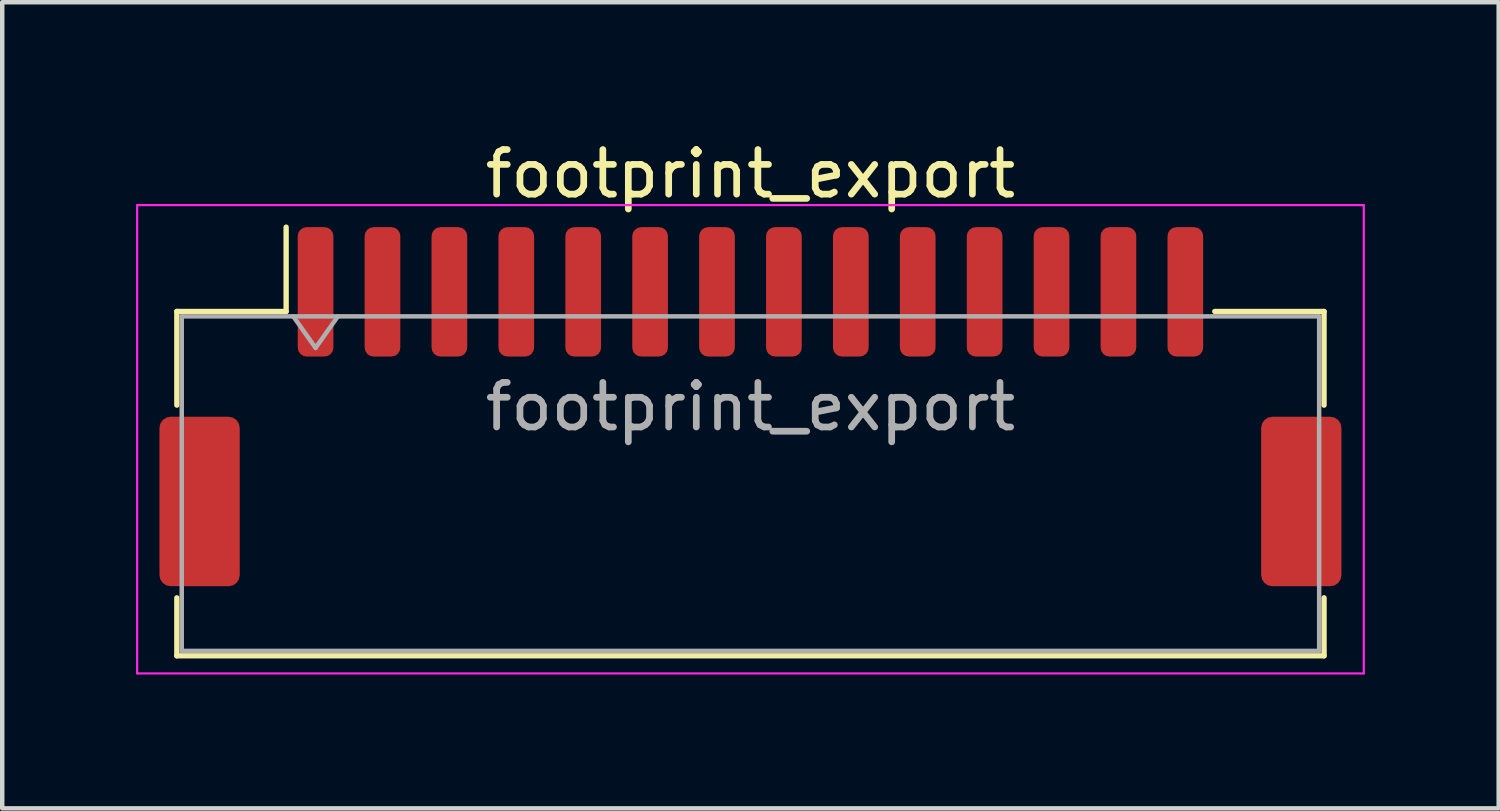
<source format=kicad_pcb>
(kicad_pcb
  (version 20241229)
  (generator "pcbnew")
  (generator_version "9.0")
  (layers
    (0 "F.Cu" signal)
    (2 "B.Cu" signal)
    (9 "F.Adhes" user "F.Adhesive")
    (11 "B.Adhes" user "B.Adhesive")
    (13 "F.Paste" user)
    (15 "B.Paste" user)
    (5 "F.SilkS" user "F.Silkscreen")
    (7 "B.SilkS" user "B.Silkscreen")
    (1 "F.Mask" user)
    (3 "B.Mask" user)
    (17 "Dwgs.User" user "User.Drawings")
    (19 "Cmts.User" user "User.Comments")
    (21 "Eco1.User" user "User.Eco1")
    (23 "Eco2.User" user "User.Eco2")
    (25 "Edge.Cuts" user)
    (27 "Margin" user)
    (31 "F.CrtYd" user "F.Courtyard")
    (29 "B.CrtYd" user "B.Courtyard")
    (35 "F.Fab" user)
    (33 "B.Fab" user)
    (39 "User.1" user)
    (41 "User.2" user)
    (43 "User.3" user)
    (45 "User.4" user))
  (footprint "footprint_export"
    (layer "F.Cu")
    (at 13.775 6.068)
    (property "Reference" "footprint_export" (at 0 -5.22 0) (layer "F.SilkS") (effects (font (size 1 1) (thickness 0.15))))
    (attr smd)
    (fp_line (start -12.86 -2.135) (end -10.41 -2.135) (stroke (width 0.12) (type solid)) (layer "F.SilkS"))
    (fp_line (start -12.86 -0.035) (end -12.86 -2.135) (stroke (width 0.12) (type solid)) (layer "F.SilkS"))
    (fp_line (start -12.86 4.285) (end -12.86 5.585) (stroke (width 0.12) (type solid)) (layer "F.SilkS"))
    (fp_line (start -12.86 5.585) (end 12.86 5.585) (stroke (width 0.12) (type solid)) (layer "F.SilkS"))
    (fp_line (start -10.41 -2.135) (end -10.41 -4.025) (stroke (width 0.12) (type solid)) (layer "F.SilkS"))
    (fp_line (start 12.86 -2.135) (end 10.41 -2.135) (stroke (width 0.12) (type solid)) (layer "F.SilkS"))
    (fp_line (start 12.86 -0.035) (end 12.86 -2.135) (stroke (width 0.12) (type solid)) (layer "F.SilkS"))
    (fp_line (start 12.86 5.585) (end 12.86 4.285) (stroke (width 0.12) (type solid)) (layer "F.SilkS"))
    (fp_line (start -13.75 -4.52) (end -13.75 5.98) (stroke (width 0.05) (type solid)) (layer "F.CrtYd"))
    (fp_line (start -13.75 5.98) (end 13.75 5.98) (stroke (width 0.05) (type solid)) (layer "F.CrtYd"))
    (fp_line (start 13.75 -4.52) (end -13.75 -4.52) (stroke (width 0.05) (type solid)) (layer "F.CrtYd"))
    (fp_line (start 13.75 5.98) (end 13.75 -4.52) (stroke (width 0.05) (type solid)) (layer "F.CrtYd"))
    (fp_line (start -12.75 -2.025) (end -12.75 5.475) (stroke (width 0.1) (type solid)) (layer "F.Fab"))
    (fp_line (start -12.75 -2.025) (end 12.75 -2.025) (stroke (width 0.1) (type solid)) (layer "F.Fab"))
    (fp_line (start -12.75 5.475) (end 12.75 5.475) (stroke (width 0.1) (type solid)) (layer "F.Fab"))
    (fp_line (start -10.25 -2.025) (end -9.75 -1.318) (stroke (width 0.1) (type solid)) (layer "F.Fab"))
    (fp_line (start -9.75 -1.318) (end -9.25 -2.025) (stroke (width 0.1) (type solid)) (layer "F.Fab"))
    (fp_line (start 12.75 -2.025) (end 12.75 5.475) (stroke (width 0.1) (type solid)) (layer "F.Fab"))
    (fp_text user "${REFERENCE}" (at 0 0 0) (layer "F.Fab") (effects (font (size 1 1) (thickness 0.15))))
    (pad "1" smd roundrect (at -9.75 -2.575) (size 0.8 2.9) (layers "F.Cu" "F.Mask" "F.Paste") (roundrect_rratio 0.25))
    (pad "2" smd roundrect (at -8.25 -2.575) (size 0.8 2.9) (layers "F.Cu" "F.Mask" "F.Paste") (roundrect_rratio 0.25))
    (pad "3" smd roundrect (at -6.75 -2.575) (size 0.8 2.9) (layers "F.Cu" "F.Mask" "F.Paste") (roundrect_rratio 0.25))
    (pad "4" smd roundrect (at -5.25 -2.575) (size 0.8 2.9) (layers "F.Cu" "F.Mask" "F.Paste") (roundrect_rratio 0.25))
    (pad "5" smd roundrect (at -3.75 -2.575) (size 0.8 2.9) (layers "F.Cu" "F.Mask" "F.Paste") (roundrect_rratio 0.25))
    (pad "6" smd roundrect (at -2.25 -2.575) (size 0.8 2.9) (layers "F.Cu" "F.Mask" "F.Paste") (roundrect_rratio 0.25))
    (pad "7" smd roundrect (at -0.75 -2.575) (size 0.8 2.9) (layers "F.Cu" "F.Mask" "F.Paste") (roundrect_rratio 0.25))
    (pad "8" smd roundrect (at 0.75 -2.575) (size 0.8 2.9) (layers "F.Cu" "F.Mask" "F.Paste") (roundrect_rratio 0.25))
    (pad "9" smd roundrect (at 2.25 -2.575) (size 0.8 2.9) (layers "F.Cu" "F.Mask" "F.Paste") (roundrect_rratio 0.25))
    (pad "10" smd roundrect (at 3.75 -2.575) (size 0.8 2.9) (layers "F.Cu" "F.Mask" "F.Paste") (roundrect_rratio 0.25))
    (pad "11" smd roundrect (at 5.25 -2.575) (size 0.8 2.9) (layers "F.Cu" "F.Mask" "F.Paste") (roundrect_rratio 0.25))
    (pad "12" smd roundrect (at 6.75 -2.575) (size 0.8 2.9) (layers "F.Cu" "F.Mask" "F.Paste") (roundrect_rratio 0.25))
    (pad "13" smd roundrect (at 8.25 -2.575) (size 0.8 2.9) (layers "F.Cu" "F.Mask" "F.Paste") (roundrect_rratio 0.25))
    (pad "14" smd roundrect (at 9.75 -2.575) (size 0.8 2.9) (layers "F.Cu" "F.Mask" "F.Paste") (roundrect_rratio 0.25))
    (pad "MP" smd roundrect (at -12.35 2.125) (size 1.8 3.8) (layers "F.Cu" "F.Mask" "F.Paste") (roundrect_rratio 0.139))
    (pad "MP" smd roundrect (at 12.35 2.125) (size 1.8 3.8) (layers "F.Cu" "F.Mask" "F.Paste") (roundrect_rratio 0.139)))
  (gr_rect
    (start -3 -3)
    (end 30.55 15.073)
    (stroke (width 0.1) (type default))
    (fill no)
    (layer "Edge.Cuts")))
</source>
